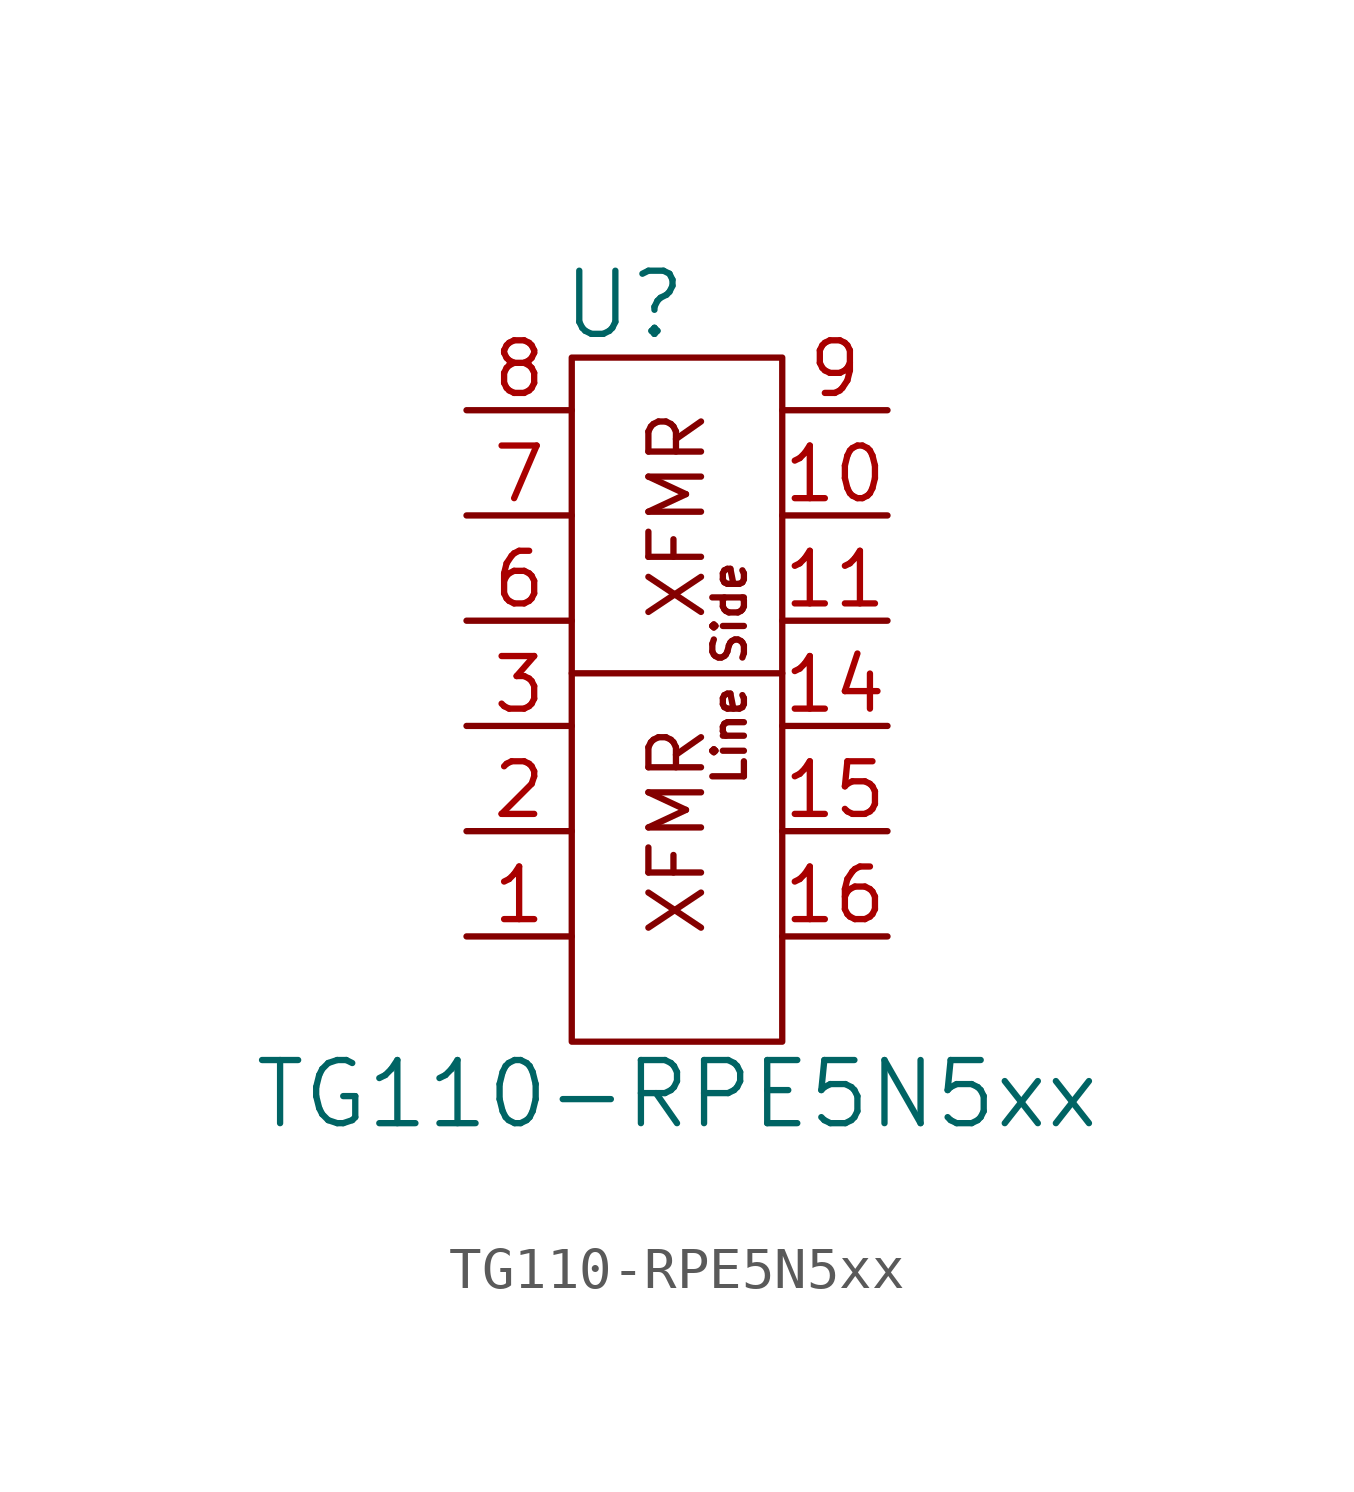
<source format=kicad_sym>
(kicad_symbol_lib
  (version 20241209)
  (generator "kicad_symbol_editor")
  (generator_version "9.0")
  (symbol "TG110-RPE5N5xx"
    (pin_names
      (offset 0)
      (hide yes))
    (property "Reference" "U"
      (at -1.27 8.89 0)
      (effects (font (size 1.524 1.524))))
    (property "Value" "TG110-RPE5N5xx"
      (at 0 -10.16 0)
      (effects (font (size 1.524 1.524))))
    (symbol "TG110-RPE5N5xx_0_0"
      (text "XFMR" (at 0 3.81 900) (effects (font (size 1.27 1.27))))
      (text "XFMR" (at 0 -3.81 900) (effects (font (size 1.27 1.27))))
      (text "Line Side" (at 1.27 0 900) (effects (font (size 0.762 0.762)))))
    (symbol "TG110-RPE5N5xx_0_1"
      (rectangle (start -2.54 7.62) (end 2.54 -8.89) (stroke (width 0) (type solid)) (fill (type none)))
      (polyline (pts (xy -2.54 0) (xy 2.54 0)) (stroke (width 0) (type solid)) (fill (type none))))
    (symbol "TG110-RPE5N5xx_1_1"
      (pin bidirectional line (at -5.08 6.35 0) (length 2.54) (name "~" (effects (font (size 1.27 1.27)))) (number "8" (effects (font (size 1.27 1.27)))))
      (pin bidirectional line (at -5.08 3.81 0) (length 2.54) (name "~" (effects (font (size 1.27 1.27)))) (number "7" (effects (font (size 1.27 1.27)))))
      (pin bidirectional line (at -5.08 1.27 0) (length 2.54) (name "~" (effects (font (size 1.27 1.27)))) (number "6" (effects (font (size 1.27 1.27)))))
      (pin bidirectional line (at -5.08 -1.27 0) (length 2.54) (name "~" (effects (font (size 1.27 1.27)))) (number "3" (effects (font (size 1.27 1.27)))))
      (pin bidirectional line (at -5.08 -3.81 0) (length 2.54) (name "~" (effects (font (size 1.27 1.27)))) (number "2" (effects (font (size 1.27 1.27)))))
      (pin bidirectional line (at -5.08 -6.35 0) (length 2.54) (name "1" (effects (font (size 1.27 1.27)))) (number "1" (effects (font (size 1.27 1.27)))))
      (pin no_connect line (at -1.27 -5.08 0) (length 2.54) (hide yes) (name "~" (effects (font (size 1.27 1.27)))) (number "4" (effects (font (size 1.27 1.27)))))
      (pin no_connect line (at -1.27 -6.35 0) (length 2.54) (hide yes) (name "~" (effects (font (size 1.27 1.27)))) (number "5" (effects (font (size 1.27 1.27)))))
      (pin no_connect line (at 1.27 -2.54 180) (length 2.54) (hide yes) (name "~" (effects (font (size 1.27 1.27)))) (number "12" (effects (font (size 1.27 1.27)))))
      (pin no_connect line (at 1.27 -3.81 180) (length 2.54) (hide yes) (name "~" (effects (font (size 1.27 1.27)))) (number "13" (effects (font (size 1.27 1.27)))))
      (pin bidirectional line (at 5.08 6.35 180) (length 2.54) (name "~" (effects (font (size 1.27 1.27)))) (number "9" (effects (font (size 1.27 1.27)))))
      (pin bidirectional line (at 5.08 3.81 180) (length 2.54) (name "~" (effects (font (size 1.27 1.27)))) (number "10" (effects (font (size 1.27 1.27)))))
      (pin bidirectional line (at 5.08 1.27 180) (length 2.54) (name "~" (effects (font (size 1.27 1.27)))) (number "11" (effects (font (size 1.27 1.27)))))
      (pin bidirectional line (at 5.08 -1.27 180) (length 2.54) (name "~" (effects (font (size 1.27 1.27)))) (number "14" (effects (font (size 1.27 1.27)))))
      (pin bidirectional line (at 5.08 -3.81 180) (length 2.54) (name "~" (effects (font (size 1.27 1.27)))) (number "15" (effects (font (size 1.27 1.27)))))
      (pin bidirectional line (at 5.08 -6.35 180) (length 2.54) (name "~" (effects (font (size 1.27 1.27)))) (number "16" (effects (font (size 1.27 1.27))))))))
</source>
